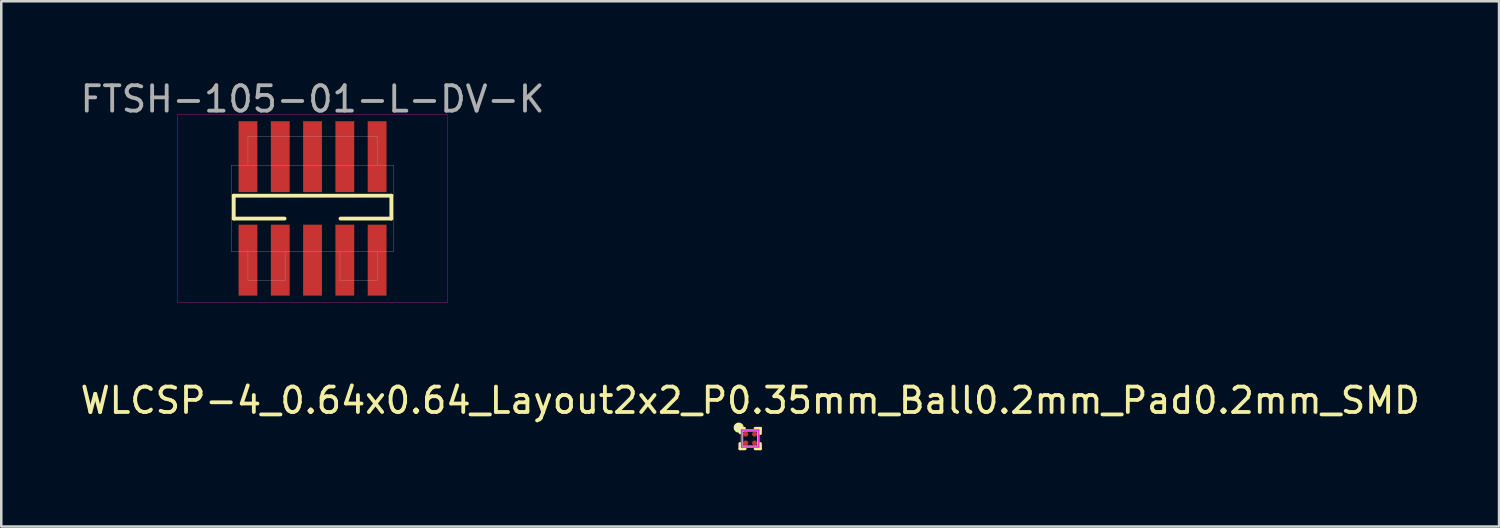
<source format=kicad_pcb>
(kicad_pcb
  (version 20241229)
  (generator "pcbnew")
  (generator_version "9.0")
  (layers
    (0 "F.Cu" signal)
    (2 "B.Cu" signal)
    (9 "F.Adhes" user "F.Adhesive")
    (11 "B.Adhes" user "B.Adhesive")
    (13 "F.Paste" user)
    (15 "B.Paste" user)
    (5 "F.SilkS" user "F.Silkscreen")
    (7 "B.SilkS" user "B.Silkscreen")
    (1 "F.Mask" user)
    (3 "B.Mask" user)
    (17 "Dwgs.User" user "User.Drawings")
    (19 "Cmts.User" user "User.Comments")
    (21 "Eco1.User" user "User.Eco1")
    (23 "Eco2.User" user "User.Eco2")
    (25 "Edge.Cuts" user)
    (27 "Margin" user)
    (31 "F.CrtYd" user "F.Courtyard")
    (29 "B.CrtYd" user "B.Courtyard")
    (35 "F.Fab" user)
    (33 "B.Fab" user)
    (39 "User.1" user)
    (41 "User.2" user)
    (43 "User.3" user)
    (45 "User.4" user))
  (footprint "WLCSP-4_0.64x0.64_Layout2x2_P0.35mm_Ball0.2mm_Pad0.2mm_SMD"
    (layer "F.Cu")
    (at 26.458 14.201)
    (property "Reference" "WLCSP-4_0.64x0.64_Layout2x2_P0.35mm_Ball0.2mm_Pad0.2mm_SMD" (at 0 -1.5 0) (layer "F.SilkS") (effects (font (size 1 1) (thickness 0.15))))
    (attr smd)
    (fp_line (start -0.4 0.4) (end -0.4 0.2) (stroke (width 0.12) (type solid)) (layer "F.SilkS"))
    (fp_line (start -0.23 -0.4) (end -0.39 -0.23) (stroke (width 0.12) (type solid)) (layer "F.SilkS"))
    (fp_line (start -0.2 0.4) (end -0.4 0.4) (stroke (width 0.12) (type solid)) (layer "F.SilkS"))
    (fp_line (start 0.2 -0.4) (end 0.4 -0.4) (stroke (width 0.12) (type solid)) (layer "F.SilkS"))
    (fp_line (start 0.2 0.4) (end 0.4 0.4) (stroke (width 0.12) (type solid)) (layer "F.SilkS"))
    (fp_line (start 0.4 -0.4) (end 0.4 -0.2) (stroke (width 0.12) (type solid)) (layer "F.SilkS"))
    (fp_line (start 0.4 0.4) (end 0.4 0.2) (stroke (width 0.12) (type solid)) (layer "F.SilkS"))
    (fp_circle (center -0.45 -0.43) (end -0.45 -0.43) (stroke (width 0.2) (type solid)) (fill no) (layer "F.SilkS"))
    (fp_line (start -0.335 -0.335) (end 0.335 -0.335) (stroke (width 0.05) (type solid)) (layer "F.CrtYd"))
    (fp_line (start -0.335 0.335) (end -0.335 -0.335) (stroke (width 0.05) (type solid)) (layer "F.CrtYd"))
    (fp_line (start 0.335 -0.335) (end 0.335 0.335) (stroke (width 0.05) (type solid)) (layer "F.CrtYd"))
    (fp_line (start 0.335 0.335) (end -0.335 0.335) (stroke (width 0.05) (type solid)) (layer "F.CrtYd"))
    (fp_line (start -0.32 -0.32) (end -0.32 0.32) (stroke (width 0.1) (type solid)) (layer "F.Fab"))
    (fp_line (start -0.32 0.32) (end 0.32 0.32) (stroke (width 0.1) (type solid)) (layer "F.Fab"))
    (fp_line (start 0.32 -0.32) (end -0.32 -0.32) (stroke (width 0.1) (type solid)) (layer "F.Fab"))
    (fp_line (start 0.32 0.32) (end 0.32 -0.32) (stroke (width 0.1) (type solid)) (layer "F.Fab"))
    (pad "A1" smd circle (at -0.175 -0.175) (size 0.2 0.2) (layers "F.Cu" "F.Mask" "F.Paste"))
    (pad "A2" smd circle (at 0.175 -0.175) (size 0.2 0.2) (layers "F.Cu" "F.Mask" "F.Paste"))
    (pad "B1" smd circle (at -0.175 0.175) (size 0.2 0.2) (layers "F.Cu" "F.Mask" "F.Paste"))
    (pad "B2" smd circle (at 0.175 0.175) (size 0.2 0.2) (layers "F.Cu" "F.Mask" "F.Paste")))
  (footprint "FTSH-105-01-L-DV-K"
    (layer "F.Cu")
    (at 9.244 5.148)
    (property "Reference" "FTSH-105-01-L-DV-K" (at 0 -4.3 0) (layer "F.Fab") (effects (font (size 1 1) (thickness 0.15))))
    (attr through_hole)
    (fp_line (start -3.1 -0.5) (end -3.1 0.4) (stroke (width 0.15) (type solid)) (layer "F.SilkS"))
    (fp_line (start -3.1 -0.5) (end 3.1 -0.5) (stroke (width 0.15) (type solid)) (layer "F.SilkS"))
    (fp_line (start -3.1 0.4) (end -1.1 0.4) (stroke (width 0.15) (type solid)) (layer "F.SilkS"))
    (fp_line (start 3.1 -0.5) (end 3.1 0.4) (stroke (width 0.15) (type solid)) (layer "F.SilkS"))
    (fp_line (start 3.1 0.4) (end 1.1 0.4) (stroke (width 0.15) (type solid)) (layer "F.SilkS"))
    (fp_line (start -5.3 -3.7) (end 5.3 -3.7) (stroke (width 0.01) (type solid)) (layer "F.CrtYd"))
    (fp_line (start -5.3 3.7) (end -5.3 -3.7) (stroke (width 0.01) (type solid)) (layer "F.CrtYd"))
    (fp_line (start 5.3 -3.7) (end 5.3 3.7) (stroke (width 0.01) (type solid)) (layer "F.CrtYd"))
    (fp_line (start 5.3 3.7) (end -5.3 3.7) (stroke (width 0.01) (type solid)) (layer "F.CrtYd"))
    (fp_line (start -3.2 -1.7) (end -3.2 1.7) (stroke (width 0.01) (type solid)) (layer "F.Fab"))
    (fp_line (start -3.2 1.7) (end 3.2 1.7) (stroke (width 0.01) (type solid)) (layer "F.Fab"))
    (fp_line (start -2.54 -2.84) (end -2.54 -1.7) (stroke (width 0.01) (type solid)) (layer "F.Fab"))
    (fp_line (start -2.54 1.7) (end -2.54 2.84) (stroke (width 0.01) (type solid)) (layer "F.Fab"))
    (fp_line (start -2.54 2.84) (end -1.08 2.84) (stroke (width 0.01) (type solid)) (layer "F.Fab"))
    (fp_line (start -1.08 2.84) (end -1.08 1.7) (stroke (width 0.01) (type solid)) (layer "F.Fab"))
    (fp_line (start 1.08 2.84) (end 1.08 1.7) (stroke (width 0.01) (type solid)) (layer "F.Fab"))
    (fp_line (start 2.54 -2.84) (end -2.54 -2.84) (stroke (width 0.01) (type solid)) (layer "F.Fab"))
    (fp_line (start 2.54 -1.7) (end 2.54 -2.84) (stroke (width 0.01) (type solid)) (layer "F.Fab"))
    (fp_line (start 2.54 1.7) (end 2.54 2.84) (stroke (width 0.01) (type solid)) (layer "F.Fab"))
    (fp_line (start 2.54 2.84) (end 1.08 2.84) (stroke (width 0.01) (type solid)) (layer "F.Fab"))
    (fp_line (start 3.2 -1.7) (end -3.2 -1.7) (stroke (width 0.01) (type solid)) (layer "F.Fab"))
    (fp_line (start 3.2 1.7) (end 3.2 -1.7) (stroke (width 0.01) (type solid)) (layer "F.Fab"))
    (pad "1" smd rect (at -2.54 2.035) (size 0.74 2.79) (layers "F.Cu" "F.Mask" "F.Paste"))
    (pad "2" smd rect (at -2.54 -2.035) (size 0.74 2.79) (layers "F.Cu" "F.Mask" "F.Paste"))
    (pad "3" smd rect (at -1.27 2.035) (size 0.74 2.79) (layers "F.Cu" "F.Mask" "F.Paste"))
    (pad "4" smd rect (at -1.27 -2.035) (size 0.74 2.79) (layers "F.Cu" "F.Mask" "F.Paste"))
    (pad "5" smd rect (at 0 2.035) (size 0.74 2.79) (layers "F.Cu" "F.Mask" "F.Paste"))
    (pad "6" smd rect (at 0 -2.035) (size 0.74 2.79) (layers "F.Cu" "F.Mask" "F.Paste"))
    (pad "7" smd rect (at 1.27 2.035) (size 0.74 2.79) (layers "F.Cu" "F.Mask" "F.Paste"))
    (pad "8" smd rect (at 1.27 -2.035) (size 0.74 2.79) (layers "F.Cu" "F.Mask" "F.Paste"))
    (pad "9" smd rect (at 2.54 2.035) (size 0.74 2.79) (layers "F.Cu" "F.Mask" "F.Paste"))
    (pad "10" smd rect (at 2.54 -2.035) (size 0.74 2.79) (layers "F.Cu" "F.Mask" "F.Paste")))
  (gr_rect
    (start -3 -3)
    (end 55.917 17.662)
    (stroke (width 0.1) (type default))
    (fill no)
    (layer "Edge.Cuts")))
</source>
